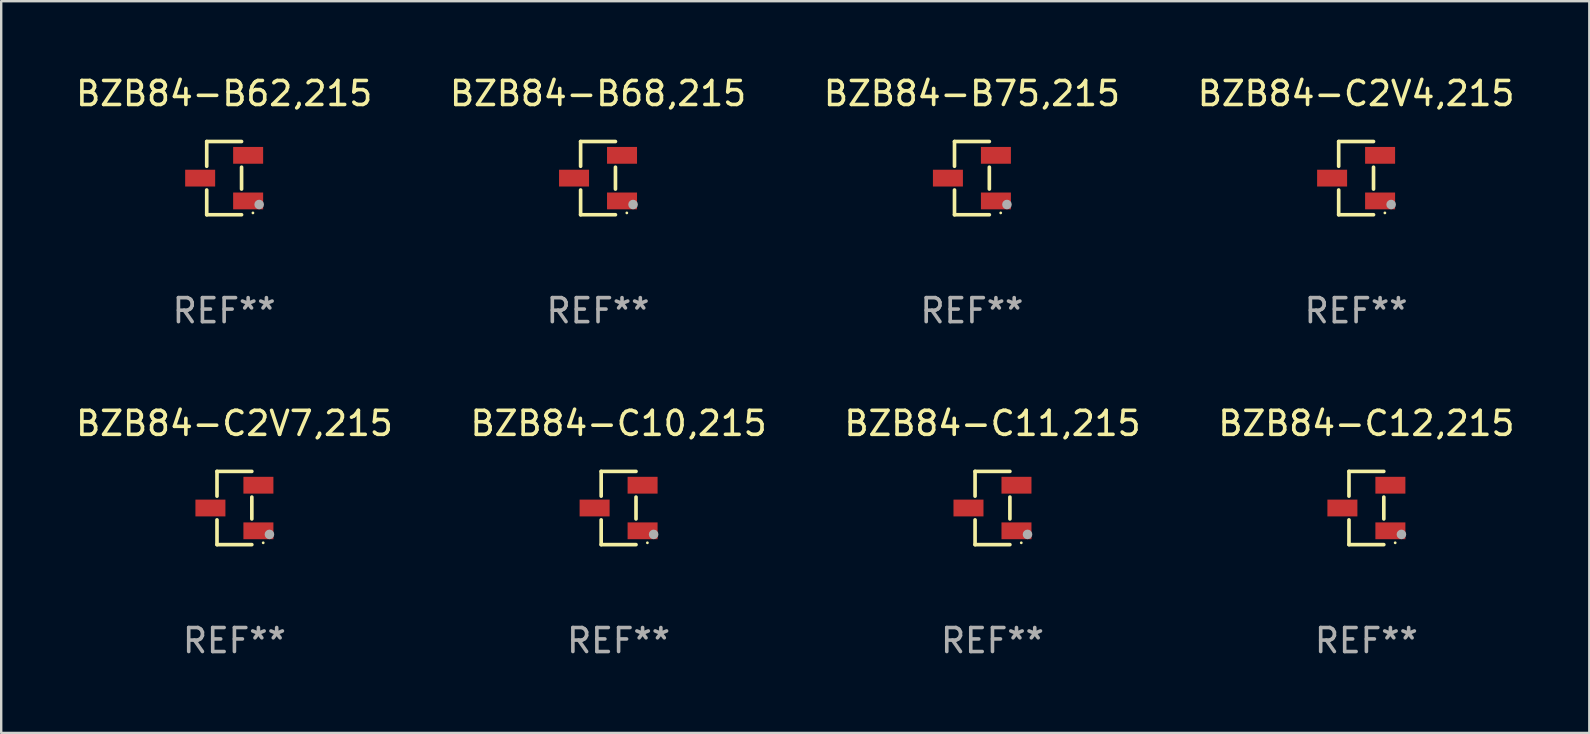
<source format=kicad_pcb>
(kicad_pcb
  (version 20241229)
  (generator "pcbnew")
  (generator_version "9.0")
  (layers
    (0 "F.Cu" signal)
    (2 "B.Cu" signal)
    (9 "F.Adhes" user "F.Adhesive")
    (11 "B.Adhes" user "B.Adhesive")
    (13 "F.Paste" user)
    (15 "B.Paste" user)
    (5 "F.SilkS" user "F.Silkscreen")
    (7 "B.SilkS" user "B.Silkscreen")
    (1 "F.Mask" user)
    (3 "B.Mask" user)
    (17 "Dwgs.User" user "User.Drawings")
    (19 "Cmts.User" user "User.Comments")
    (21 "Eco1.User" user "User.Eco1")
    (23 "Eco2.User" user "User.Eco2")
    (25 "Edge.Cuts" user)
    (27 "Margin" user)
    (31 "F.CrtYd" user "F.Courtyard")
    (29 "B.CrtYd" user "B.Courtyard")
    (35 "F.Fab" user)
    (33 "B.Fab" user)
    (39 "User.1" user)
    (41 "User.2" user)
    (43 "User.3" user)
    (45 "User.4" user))
  (footprint "BZB84-C10,215"
    (layer "F.Cu")
    (at 22.732 18.123)
    (property "Reference" "BZB84-C10,215" (at 0 -3.526 0) (layer "F.SilkS") (effects (font (size 1 1) (thickness 0.15))))
    (attr through_hole)
    (fp_line (start -0.726 -1.526) (end -0.726 -0.495) (stroke (width 0.152) (type solid)) (layer "F.SilkS"))
    (fp_line (start -0.726 1.526) (end -0.726 0.495) (stroke (width 0.152) (type solid)) (layer "F.SilkS"))
    (fp_line (start 0.726 -1.526) (end -0.726 -1.526) (stroke (width 0.152) (type solid)) (layer "F.SilkS"))
    (fp_line (start 0.726 -0.455) (end 0.726 0.455) (stroke (width 0.152) (type solid)) (layer "F.SilkS"))
    (fp_line (start 0.726 1.526) (end -0.726 1.526) (stroke (width 0.152) (type solid)) (layer "F.SilkS"))
    (fp_circle (center 1.2 1.45) (end 1.23 1.45) (stroke (width 0.06) (type solid)) (fill no) (layer "F.SilkS"))
    (fp_circle (center 1.46 1.1) (end 1.56 1.1) (stroke (width 0.2) (type solid)) (fill no) (layer "F.Fab"))
    (fp_text user "REF**" (at 0 5.526 0) (layer "F.Fab") (effects (font (size 1 1) (thickness 0.15))))
    (pad "1" smd rect (at 1 0.95) (size 1.25 0.7) (layers "F.Cu" "F.Mask" "F.Paste"))
    (pad "2" smd rect (at 1 -0.95) (size 1.25 0.7) (layers "F.Cu" "F.Mask" "F.Paste"))
    (pad "3" smd rect (at -1 0) (size 1.25 0.7) (layers "F.Cu" "F.Mask" "F.Paste")))
  (footprint "BZB84-C2V4,215"
    (layer "F.Cu")
    (at 53.47 4.374)
    (property "Reference" "BZB84-C2V4,215" (at 0 -3.526 0) (layer "F.SilkS") (effects (font (size 1 1) (thickness 0.15))))
    (attr through_hole)
    (fp_line (start -0.726 -1.526) (end -0.726 -0.495) (stroke (width 0.152) (type solid)) (layer "F.SilkS"))
    (fp_line (start -0.726 1.526) (end -0.726 0.495) (stroke (width 0.152) (type solid)) (layer "F.SilkS"))
    (fp_line (start 0.726 -1.526) (end -0.726 -1.526) (stroke (width 0.152) (type solid)) (layer "F.SilkS"))
    (fp_line (start 0.726 -0.455) (end 0.726 0.455) (stroke (width 0.152) (type solid)) (layer "F.SilkS"))
    (fp_line (start 0.726 1.526) (end -0.726 1.526) (stroke (width 0.152) (type solid)) (layer "F.SilkS"))
    (fp_circle (center 1.2 1.45) (end 1.23 1.45) (stroke (width 0.06) (type solid)) (fill no) (layer "F.SilkS"))
    (fp_circle (center 1.46 1.1) (end 1.56 1.1) (stroke (width 0.2) (type solid)) (fill no) (layer "F.Fab"))
    (fp_text user "REF**" (at 0 5.526 0) (layer "F.Fab") (effects (font (size 1 1) (thickness 0.15))))
    (pad "1" smd rect (at 1 0.95) (size 1.25 0.7) (layers "F.Cu" "F.Mask" "F.Paste"))
    (pad "2" smd rect (at 1 -0.95) (size 1.25 0.7) (layers "F.Cu" "F.Mask" "F.Paste"))
    (pad "3" smd rect (at -1 0) (size 1.25 0.7) (layers "F.Cu" "F.Mask" "F.Paste")))
  (footprint "BZB84-C12,215"
    (layer "F.Cu")
    (at 53.899 18.123)
    (property "Reference" "BZB84-C12,215" (at 0 -3.526 0) (layer "F.SilkS") (effects (font (size 1 1) (thickness 0.15))))
    (attr through_hole)
    (fp_line (start -0.726 -1.526) (end -0.726 -0.495) (stroke (width 0.152) (type solid)) (layer "F.SilkS"))
    (fp_line (start -0.726 1.526) (end -0.726 0.495) (stroke (width 0.152) (type solid)) (layer "F.SilkS"))
    (fp_line (start 0.726 -1.526) (end -0.726 -1.526) (stroke (width 0.152) (type solid)) (layer "F.SilkS"))
    (fp_line (start 0.726 -0.455) (end 0.726 0.455) (stroke (width 0.152) (type solid)) (layer "F.SilkS"))
    (fp_line (start 0.726 1.526) (end -0.726 1.526) (stroke (width 0.152) (type solid)) (layer "F.SilkS"))
    (fp_circle (center 1.2 1.45) (end 1.23 1.45) (stroke (width 0.06) (type solid)) (fill no) (layer "F.SilkS"))
    (fp_circle (center 1.46 1.1) (end 1.56 1.1) (stroke (width 0.2) (type solid)) (fill no) (layer "F.Fab"))
    (fp_text user "REF**" (at 0 5.526 0) (layer "F.Fab") (effects (font (size 1 1) (thickness 0.15))))
    (pad "1" smd rect (at 1 0.95) (size 1.25 0.7) (layers "F.Cu" "F.Mask" "F.Paste"))
    (pad "2" smd rect (at 1 -0.95) (size 1.25 0.7) (layers "F.Cu" "F.Mask" "F.Paste"))
    (pad "3" smd rect (at -1 0) (size 1.25 0.7) (layers "F.Cu" "F.Mask" "F.Paste")))
  (footprint "BZB84-C2V7,215"
    (layer "F.Cu")
    (at 6.72 18.123)
    (property "Reference" "BZB84-C2V7,215" (at 0 -3.526 0) (layer "F.SilkS") (effects (font (size 1 1) (thickness 0.15))))
    (attr through_hole)
    (fp_line (start -0.726 -1.526) (end -0.726 -0.495) (stroke (width 0.152) (type solid)) (layer "F.SilkS"))
    (fp_line (start -0.726 1.526) (end -0.726 0.495) (stroke (width 0.152) (type solid)) (layer "F.SilkS"))
    (fp_line (start 0.726 -1.526) (end -0.726 -1.526) (stroke (width 0.152) (type solid)) (layer "F.SilkS"))
    (fp_line (start 0.726 -0.455) (end 0.726 0.455) (stroke (width 0.152) (type solid)) (layer "F.SilkS"))
    (fp_line (start 0.726 1.526) (end -0.726 1.526) (stroke (width 0.152) (type solid)) (layer "F.SilkS"))
    (fp_circle (center 1.2 1.45) (end 1.23 1.45) (stroke (width 0.06) (type solid)) (fill no) (layer "F.SilkS"))
    (fp_circle (center 1.46 1.1) (end 1.56 1.1) (stroke (width 0.2) (type solid)) (fill no) (layer "F.Fab"))
    (fp_text user "REF**" (at 0 5.526 0) (layer "F.Fab") (effects (font (size 1 1) (thickness 0.15))))
    (pad "1" smd rect (at 1 0.95) (size 1.25 0.7) (layers "F.Cu" "F.Mask" "F.Paste"))
    (pad "2" smd rect (at 1 -0.95) (size 1.25 0.7) (layers "F.Cu" "F.Mask" "F.Paste"))
    (pad "3" smd rect (at -1 0) (size 1.25 0.7) (layers "F.Cu" "F.Mask" "F.Paste")))
  (footprint "BZB84-B62,215"
    (layer "F.Cu")
    (at 6.292 4.374)
    (property "Reference" "BZB84-B62,215" (at 0 -3.526 0) (layer "F.SilkS") (effects (font (size 1 1) (thickness 0.15))))
    (attr through_hole)
    (fp_line (start -0.726 -1.526) (end -0.726 -0.495) (stroke (width 0.152) (type solid)) (layer "F.SilkS"))
    (fp_line (start -0.726 1.526) (end -0.726 0.495) (stroke (width 0.152) (type solid)) (layer "F.SilkS"))
    (fp_line (start 0.726 -1.526) (end -0.726 -1.526) (stroke (width 0.152) (type solid)) (layer "F.SilkS"))
    (fp_line (start 0.726 -0.455) (end 0.726 0.455) (stroke (width 0.152) (type solid)) (layer "F.SilkS"))
    (fp_line (start 0.726 1.526) (end -0.726 1.526) (stroke (width 0.152) (type solid)) (layer "F.SilkS"))
    (fp_circle (center 1.2 1.45) (end 1.23 1.45) (stroke (width 0.06) (type solid)) (fill no) (layer "F.SilkS"))
    (fp_circle (center 1.46 1.1) (end 1.56 1.1) (stroke (width 0.2) (type solid)) (fill no) (layer "F.Fab"))
    (fp_text user "REF**" (at 0 5.526 0) (layer "F.Fab") (effects (font (size 1 1) (thickness 0.15))))
    (pad "1" smd rect (at 1 0.95) (size 1.25 0.7) (layers "F.Cu" "F.Mask" "F.Paste"))
    (pad "2" smd rect (at 1 -0.95) (size 1.25 0.7) (layers "F.Cu" "F.Mask" "F.Paste"))
    (pad "3" smd rect (at -1 0) (size 1.25 0.7) (layers "F.Cu" "F.Mask" "F.Paste")))
  (footprint "BZB84-B75,215"
    (layer "F.Cu")
    (at 37.458 4.374)
    (property "Reference" "BZB84-B75,215" (at 0 -3.526 0) (layer "F.SilkS") (effects (font (size 1 1) (thickness 0.15))))
    (attr through_hole)
    (fp_line (start -0.726 -1.526) (end -0.726 -0.495) (stroke (width 0.152) (type solid)) (layer "F.SilkS"))
    (fp_line (start -0.726 1.526) (end -0.726 0.495) (stroke (width 0.152) (type solid)) (layer "F.SilkS"))
    (fp_line (start 0.726 -1.526) (end -0.726 -1.526) (stroke (width 0.152) (type solid)) (layer "F.SilkS"))
    (fp_line (start 0.726 -0.455) (end 0.726 0.455) (stroke (width 0.152) (type solid)) (layer "F.SilkS"))
    (fp_line (start 0.726 1.526) (end -0.726 1.526) (stroke (width 0.152) (type solid)) (layer "F.SilkS"))
    (fp_circle (center 1.2 1.45) (end 1.23 1.45) (stroke (width 0.06) (type solid)) (fill no) (layer "F.SilkS"))
    (fp_circle (center 1.46 1.1) (end 1.56 1.1) (stroke (width 0.2) (type solid)) (fill no) (layer "F.Fab"))
    (fp_text user "REF**" (at 0 5.526 0) (layer "F.Fab") (effects (font (size 1 1) (thickness 0.15))))
    (pad "1" smd rect (at 1 0.95) (size 1.25 0.7) (layers "F.Cu" "F.Mask" "F.Paste"))
    (pad "2" smd rect (at 1 -0.95) (size 1.25 0.7) (layers "F.Cu" "F.Mask" "F.Paste"))
    (pad "3" smd rect (at -1 0) (size 1.25 0.7) (layers "F.Cu" "F.Mask" "F.Paste")))
  (footprint "BZB84-C11,215"
    (layer "F.Cu")
    (at 38.315 18.123)
    (property "Reference" "BZB84-C11,215" (at 0 -3.526 0) (layer "F.SilkS") (effects (font (size 1 1) (thickness 0.15))))
    (attr through_hole)
    (fp_line (start -0.726 -1.526) (end -0.726 -0.495) (stroke (width 0.152) (type solid)) (layer "F.SilkS"))
    (fp_line (start -0.726 1.526) (end -0.726 0.495) (stroke (width 0.152) (type solid)) (layer "F.SilkS"))
    (fp_line (start 0.726 -1.526) (end -0.726 -1.526) (stroke (width 0.152) (type solid)) (layer "F.SilkS"))
    (fp_line (start 0.726 -0.455) (end 0.726 0.455) (stroke (width 0.152) (type solid)) (layer "F.SilkS"))
    (fp_line (start 0.726 1.526) (end -0.726 1.526) (stroke (width 0.152) (type solid)) (layer "F.SilkS"))
    (fp_circle (center 1.2 1.45) (end 1.23 1.45) (stroke (width 0.06) (type solid)) (fill no) (layer "F.SilkS"))
    (fp_circle (center 1.46 1.1) (end 1.56 1.1) (stroke (width 0.2) (type solid)) (fill no) (layer "F.Fab"))
    (fp_text user "REF**" (at 0 5.526 0) (layer "F.Fab") (effects (font (size 1 1) (thickness 0.15))))
    (pad "1" smd rect (at 1 0.95) (size 1.25 0.7) (layers "F.Cu" "F.Mask" "F.Paste"))
    (pad "2" smd rect (at 1 -0.95) (size 1.25 0.7) (layers "F.Cu" "F.Mask" "F.Paste"))
    (pad "3" smd rect (at -1 0) (size 1.25 0.7) (layers "F.Cu" "F.Mask" "F.Paste")))
  (footprint "BZB84-B68,215"
    (layer "F.Cu")
    (at 21.875 4.374)
    (property "Reference" "BZB84-B68,215" (at 0 -3.526 0) (layer "F.SilkS") (effects (font (size 1 1) (thickness 0.15))))
    (attr through_hole)
    (fp_line (start -0.726 -1.526) (end -0.726 -0.495) (stroke (width 0.152) (type solid)) (layer "F.SilkS"))
    (fp_line (start -0.726 1.526) (end -0.726 0.495) (stroke (width 0.152) (type solid)) (layer "F.SilkS"))
    (fp_line (start 0.726 -1.526) (end -0.726 -1.526) (stroke (width 0.152) (type solid)) (layer "F.SilkS"))
    (fp_line (start 0.726 -0.455) (end 0.726 0.455) (stroke (width 0.152) (type solid)) (layer "F.SilkS"))
    (fp_line (start 0.726 1.526) (end -0.726 1.526) (stroke (width 0.152) (type solid)) (layer "F.SilkS"))
    (fp_circle (center 1.2 1.45) (end 1.23 1.45) (stroke (width 0.06) (type solid)) (fill no) (layer "F.SilkS"))
    (fp_circle (center 1.46 1.1) (end 1.56 1.1) (stroke (width 0.2) (type solid)) (fill no) (layer "F.Fab"))
    (fp_text user "REF**" (at 0 5.526 0) (layer "F.Fab") (effects (font (size 1 1) (thickness 0.15))))
    (pad "1" smd rect (at 1 0.95) (size 1.25 0.7) (layers "F.Cu" "F.Mask" "F.Paste"))
    (pad "2" smd rect (at 1 -0.95) (size 1.25 0.7) (layers "F.Cu" "F.Mask" "F.Paste"))
    (pad "3" smd rect (at -1 0) (size 1.25 0.7) (layers "F.Cu" "F.Mask" "F.Paste")))
  (gr_rect
    (start -3 -3)
    (end 63.19 27.498)
    (stroke (width 0.1) (type default))
    (fill no)
    (layer "Edge.Cuts")))
</source>
